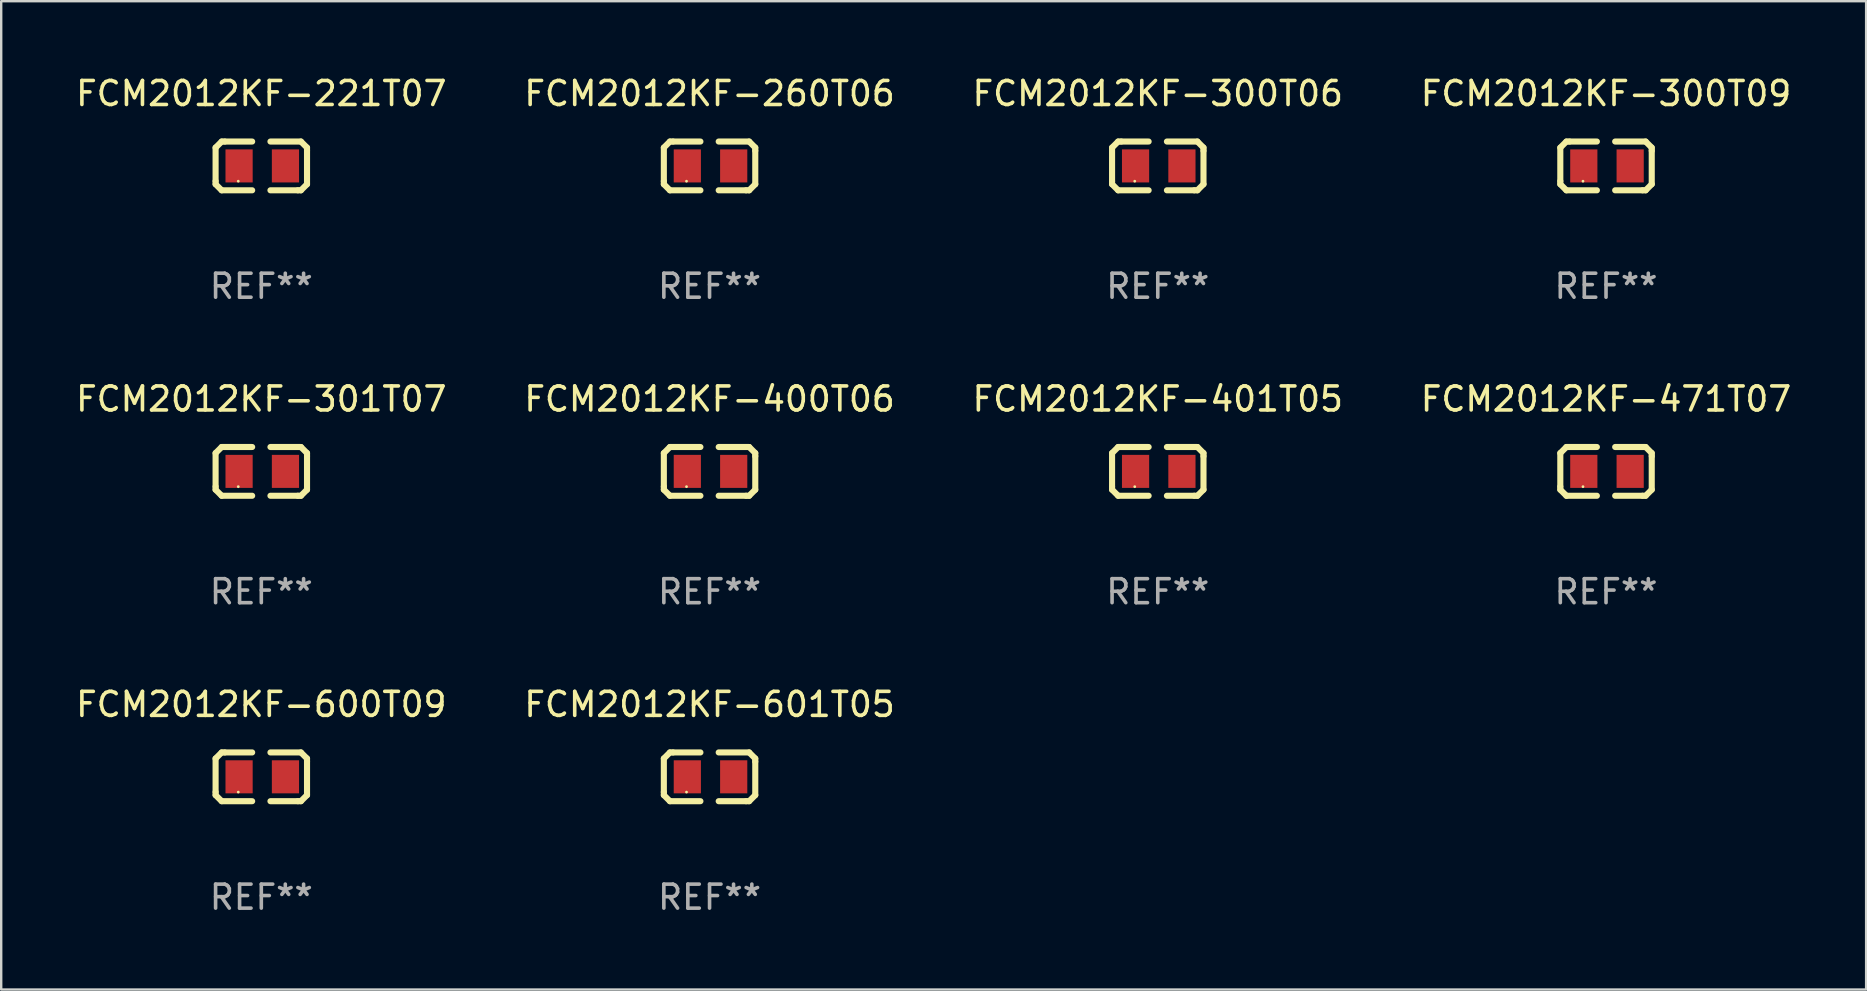
<source format=kicad_pcb>
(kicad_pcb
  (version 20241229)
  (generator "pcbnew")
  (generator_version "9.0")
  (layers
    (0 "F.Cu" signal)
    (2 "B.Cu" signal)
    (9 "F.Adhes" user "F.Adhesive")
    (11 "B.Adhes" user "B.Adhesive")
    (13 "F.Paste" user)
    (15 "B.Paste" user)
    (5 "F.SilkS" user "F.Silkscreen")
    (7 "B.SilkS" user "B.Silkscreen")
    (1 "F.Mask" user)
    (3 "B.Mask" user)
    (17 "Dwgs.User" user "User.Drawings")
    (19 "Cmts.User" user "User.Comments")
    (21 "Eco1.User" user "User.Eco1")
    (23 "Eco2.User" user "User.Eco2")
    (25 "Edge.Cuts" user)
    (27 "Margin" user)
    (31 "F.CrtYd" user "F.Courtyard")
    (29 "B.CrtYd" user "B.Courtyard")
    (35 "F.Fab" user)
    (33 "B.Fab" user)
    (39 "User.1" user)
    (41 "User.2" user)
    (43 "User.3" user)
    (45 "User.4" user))
  (footprint "FCM2012KF-400T06"
    (layer "F.Cu")
    (at 26.518 16.593)
    (property "Reference" "FCM2012KF-400T06" (at 0 -3.016 0) (layer "F.SilkS") (effects (font (size 1 1) (thickness 0.15))))
    (attr through_hole)
    (fp_line (start -1.905 -0.762) (end -1.905 0.635) (stroke (width 0.254) (type solid)) (layer "F.SilkS"))
    (fp_line (start -1.905 0.635) (end -1.905 0.762) (stroke (width 0.254) (type solid)) (layer "F.SilkS"))
    (fp_line (start -1.905 0.762) (end -1.651 1.016) (stroke (width 0.254) (type solid)) (layer "F.SilkS"))
    (fp_line (start -1.651 -1.016) (end -1.905 -0.762) (stroke (width 0.254) (type solid)) (layer "F.SilkS"))
    (fp_line (start -1.651 1.016) (end -0.381 1.016) (stroke (width 0.254) (type solid)) (layer "F.SilkS"))
    (fp_line (start -1.524 -1.016) (end -1.651 -1.016) (stroke (width 0.254) (type solid)) (layer "F.SilkS"))
    (fp_line (start -0.381 -1.016) (end -1.524 -1.016) (stroke (width 0.254) (type solid)) (layer "F.SilkS"))
    (fp_line (start 0.381 1.016) (end 1.524 1.016) (stroke (width 0.254) (type solid)) (layer "F.SilkS"))
    (fp_line (start 1.524 1.016) (end 1.651 1.016) (stroke (width 0.254) (type solid)) (layer "F.SilkS"))
    (fp_line (start 1.651 -1.016) (end 0.381 -1.016) (stroke (width 0.254) (type solid)) (layer "F.SilkS"))
    (fp_line (start 1.651 1.016) (end 1.905 0.762) (stroke (width 0.254) (type solid)) (layer "F.SilkS"))
    (fp_line (start 1.905 -0.762) (end 1.651 -1.016) (stroke (width 0.254) (type solid)) (layer "F.SilkS"))
    (fp_line (start 1.905 -0.635) (end 1.905 -0.762) (stroke (width 0.254) (type solid)) (layer "F.SilkS"))
    (fp_line (start 1.905 0.762) (end 1.905 -0.635) (stroke (width 0.254) (type solid)) (layer "F.SilkS"))
    (fp_circle (center -0.96 0.637) (end -0.93 0.637) (stroke (width 0.06) (type solid)) (fill no) (layer "F.SilkS"))
    (fp_text user "REF**" (at 0 5.016 0) (layer "F.Fab") (effects (font (size 1 1) (thickness 0.15))))
    (pad "1" smd rect (at -0.926 -0.000051) (size 1.133 1.377) (layers "F.Cu" "F.Mask" "F.Paste"))
    (pad "2" smd rect (at 1.006 -0.000051) (size 1.133 1.377) (layers "F.Cu" "F.Mask" "F.Paste")))
  (footprint "FCM2012KF-471T07"
    (layer "F.Cu")
    (at 63.875 16.593)
    (property "Reference" "FCM2012KF-471T07" (at 0 -3.016 0) (layer "F.SilkS") (effects (font (size 1 1) (thickness 0.15))))
    (attr through_hole)
    (fp_line (start -1.905 -0.762) (end -1.905 0.635) (stroke (width 0.254) (type solid)) (layer "F.SilkS"))
    (fp_line (start -1.905 0.635) (end -1.905 0.762) (stroke (width 0.254) (type solid)) (layer "F.SilkS"))
    (fp_line (start -1.905 0.762) (end -1.651 1.016) (stroke (width 0.254) (type solid)) (layer "F.SilkS"))
    (fp_line (start -1.651 -1.016) (end -1.905 -0.762) (stroke (width 0.254) (type solid)) (layer "F.SilkS"))
    (fp_line (start -1.651 1.016) (end -0.381 1.016) (stroke (width 0.254) (type solid)) (layer "F.SilkS"))
    (fp_line (start -1.524 -1.016) (end -1.651 -1.016) (stroke (width 0.254) (type solid)) (layer "F.SilkS"))
    (fp_line (start -0.381 -1.016) (end -1.524 -1.016) (stroke (width 0.254) (type solid)) (layer "F.SilkS"))
    (fp_line (start 0.381 1.016) (end 1.524 1.016) (stroke (width 0.254) (type solid)) (layer "F.SilkS"))
    (fp_line (start 1.524 1.016) (end 1.651 1.016) (stroke (width 0.254) (type solid)) (layer "F.SilkS"))
    (fp_line (start 1.651 -1.016) (end 0.381 -1.016) (stroke (width 0.254) (type solid)) (layer "F.SilkS"))
    (fp_line (start 1.651 1.016) (end 1.905 0.762) (stroke (width 0.254) (type solid)) (layer "F.SilkS"))
    (fp_line (start 1.905 -0.762) (end 1.651 -1.016) (stroke (width 0.254) (type solid)) (layer "F.SilkS"))
    (fp_line (start 1.905 -0.635) (end 1.905 -0.762) (stroke (width 0.254) (type solid)) (layer "F.SilkS"))
    (fp_line (start 1.905 0.762) (end 1.905 -0.635) (stroke (width 0.254) (type solid)) (layer "F.SilkS"))
    (fp_circle (center -0.96 0.637) (end -0.93 0.637) (stroke (width 0.06) (type solid)) (fill no) (layer "F.SilkS"))
    (fp_text user "REF**" (at 0 5.016 0) (layer "F.Fab") (effects (font (size 1 1) (thickness 0.15))))
    (pad "1" smd rect (at -0.926 -0.000051) (size 1.133 1.377) (layers "F.Cu" "F.Mask" "F.Paste"))
    (pad "2" smd rect (at 1.006 -0.000051) (size 1.133 1.377) (layers "F.Cu" "F.Mask" "F.Paste")))
  (footprint "FCM2012KF-601T05"
    (layer "F.Cu")
    (at 26.518 29.321)
    (property "Reference" "FCM2012KF-601T05" (at 0 -3.016 0) (layer "F.SilkS") (effects (font (size 1 1) (thickness 0.15))))
    (attr through_hole)
    (fp_line (start -1.905 -0.762) (end -1.905 0.635) (stroke (width 0.254) (type solid)) (layer "F.SilkS"))
    (fp_line (start -1.905 0.635) (end -1.905 0.762) (stroke (width 0.254) (type solid)) (layer "F.SilkS"))
    (fp_line (start -1.905 0.762) (end -1.651 1.016) (stroke (width 0.254) (type solid)) (layer "F.SilkS"))
    (fp_line (start -1.651 -1.016) (end -1.905 -0.762) (stroke (width 0.254) (type solid)) (layer "F.SilkS"))
    (fp_line (start -1.651 1.016) (end -0.381 1.016) (stroke (width 0.254) (type solid)) (layer "F.SilkS"))
    (fp_line (start -1.524 -1.016) (end -1.651 -1.016) (stroke (width 0.254) (type solid)) (layer "F.SilkS"))
    (fp_line (start -0.381 -1.016) (end -1.524 -1.016) (stroke (width 0.254) (type solid)) (layer "F.SilkS"))
    (fp_line (start 0.381 1.016) (end 1.524 1.016) (stroke (width 0.254) (type solid)) (layer "F.SilkS"))
    (fp_line (start 1.524 1.016) (end 1.651 1.016) (stroke (width 0.254) (type solid)) (layer "F.SilkS"))
    (fp_line (start 1.651 -1.016) (end 0.381 -1.016) (stroke (width 0.254) (type solid)) (layer "F.SilkS"))
    (fp_line (start 1.651 1.016) (end 1.905 0.762) (stroke (width 0.254) (type solid)) (layer "F.SilkS"))
    (fp_line (start 1.905 -0.762) (end 1.651 -1.016) (stroke (width 0.254) (type solid)) (layer "F.SilkS"))
    (fp_line (start 1.905 -0.635) (end 1.905 -0.762) (stroke (width 0.254) (type solid)) (layer "F.SilkS"))
    (fp_line (start 1.905 0.762) (end 1.905 -0.635) (stroke (width 0.254) (type solid)) (layer "F.SilkS"))
    (fp_circle (center -0.96 0.637) (end -0.93 0.637) (stroke (width 0.06) (type solid)) (fill no) (layer "F.SilkS"))
    (fp_text user "REF**" (at 0 5.016 0) (layer "F.Fab") (effects (font (size 1 1) (thickness 0.15))))
    (pad "1" smd rect (at -0.926 -0.000051) (size 1.133 1.377) (layers "F.Cu" "F.Mask" "F.Paste"))
    (pad "2" smd rect (at 1.006 -0.000051) (size 1.133 1.377) (layers "F.Cu" "F.Mask" "F.Paste")))
  (footprint "FCM2012KF-221T07"
    (layer "F.Cu")
    (at 7.839 3.864)
    (property "Reference" "FCM2012KF-221T07" (at 0 -3.016 0) (layer "F.SilkS") (effects (font (size 1 1) (thickness 0.15))))
    (attr through_hole)
    (fp_line (start -1.905 -0.762) (end -1.905 0.635) (stroke (width 0.254) (type solid)) (layer "F.SilkS"))
    (fp_line (start -1.905 0.635) (end -1.905 0.762) (stroke (width 0.254) (type solid)) (layer "F.SilkS"))
    (fp_line (start -1.905 0.762) (end -1.651 1.016) (stroke (width 0.254) (type solid)) (layer "F.SilkS"))
    (fp_line (start -1.651 -1.016) (end -1.905 -0.762) (stroke (width 0.254) (type solid)) (layer "F.SilkS"))
    (fp_line (start -1.651 1.016) (end -0.381 1.016) (stroke (width 0.254) (type solid)) (layer "F.SilkS"))
    (fp_line (start -1.524 -1.016) (end -1.651 -1.016) (stroke (width 0.254) (type solid)) (layer "F.SilkS"))
    (fp_line (start -0.381 -1.016) (end -1.524 -1.016) (stroke (width 0.254) (type solid)) (layer "F.SilkS"))
    (fp_line (start 0.381 1.016) (end 1.524 1.016) (stroke (width 0.254) (type solid)) (layer "F.SilkS"))
    (fp_line (start 1.524 1.016) (end 1.651 1.016) (stroke (width 0.254) (type solid)) (layer "F.SilkS"))
    (fp_line (start 1.651 -1.016) (end 0.381 -1.016) (stroke (width 0.254) (type solid)) (layer "F.SilkS"))
    (fp_line (start 1.651 1.016) (end 1.905 0.762) (stroke (width 0.254) (type solid)) (layer "F.SilkS"))
    (fp_line (start 1.905 -0.762) (end 1.651 -1.016) (stroke (width 0.254) (type solid)) (layer "F.SilkS"))
    (fp_line (start 1.905 -0.635) (end 1.905 -0.762) (stroke (width 0.254) (type solid)) (layer "F.SilkS"))
    (fp_line (start 1.905 0.762) (end 1.905 -0.635) (stroke (width 0.254) (type solid)) (layer "F.SilkS"))
    (fp_circle (center -0.96 0.637) (end -0.93 0.637) (stroke (width 0.06) (type solid)) (fill no) (layer "F.SilkS"))
    (fp_text user "REF**" (at 0 5.016 0) (layer "F.Fab") (effects (font (size 1 1) (thickness 0.15))))
    (pad "1" smd rect (at -0.926 -0.000051) (size 1.133 1.377) (layers "F.Cu" "F.Mask" "F.Paste"))
    (pad "2" smd rect (at 1.006 -0.000051) (size 1.133 1.377) (layers "F.Cu" "F.Mask" "F.Paste")))
  (footprint "FCM2012KF-300T06"
    (layer "F.Cu")
    (at 45.196 3.864)
    (property "Reference" "FCM2012KF-300T06" (at 0 -3.016 0) (layer "F.SilkS") (effects (font (size 1 1) (thickness 0.15))))
    (attr through_hole)
    (fp_line (start -1.905 -0.762) (end -1.905 0.635) (stroke (width 0.254) (type solid)) (layer "F.SilkS"))
    (fp_line (start -1.905 0.635) (end -1.905 0.762) (stroke (width 0.254) (type solid)) (layer "F.SilkS"))
    (fp_line (start -1.905 0.762) (end -1.651 1.016) (stroke (width 0.254) (type solid)) (layer "F.SilkS"))
    (fp_line (start -1.651 -1.016) (end -1.905 -0.762) (stroke (width 0.254) (type solid)) (layer "F.SilkS"))
    (fp_line (start -1.651 1.016) (end -0.381 1.016) (stroke (width 0.254) (type solid)) (layer "F.SilkS"))
    (fp_line (start -1.524 -1.016) (end -1.651 -1.016) (stroke (width 0.254) (type solid)) (layer "F.SilkS"))
    (fp_line (start -0.381 -1.016) (end -1.524 -1.016) (stroke (width 0.254) (type solid)) (layer "F.SilkS"))
    (fp_line (start 0.381 1.016) (end 1.524 1.016) (stroke (width 0.254) (type solid)) (layer "F.SilkS"))
    (fp_line (start 1.524 1.016) (end 1.651 1.016) (stroke (width 0.254) (type solid)) (layer "F.SilkS"))
    (fp_line (start 1.651 -1.016) (end 0.381 -1.016) (stroke (width 0.254) (type solid)) (layer "F.SilkS"))
    (fp_line (start 1.651 1.016) (end 1.905 0.762) (stroke (width 0.254) (type solid)) (layer "F.SilkS"))
    (fp_line (start 1.905 -0.762) (end 1.651 -1.016) (stroke (width 0.254) (type solid)) (layer "F.SilkS"))
    (fp_line (start 1.905 -0.635) (end 1.905 -0.762) (stroke (width 0.254) (type solid)) (layer "F.SilkS"))
    (fp_line (start 1.905 0.762) (end 1.905 -0.635) (stroke (width 0.254) (type solid)) (layer "F.SilkS"))
    (fp_circle (center -0.96 0.637) (end -0.93 0.637) (stroke (width 0.06) (type solid)) (fill no) (layer "F.SilkS"))
    (fp_text user "REF**" (at 0 5.016 0) (layer "F.Fab") (effects (font (size 1 1) (thickness 0.15))))
    (pad "1" smd rect (at -0.926 -0.000051) (size 1.133 1.377) (layers "F.Cu" "F.Mask" "F.Paste"))
    (pad "2" smd rect (at 1.006 -0.000051) (size 1.133 1.377) (layers "F.Cu" "F.Mask" "F.Paste")))
  (footprint "FCM2012KF-301T07"
    (layer "F.Cu")
    (at 7.839 16.593)
    (property "Reference" "FCM2012KF-301T07" (at 0 -3.016 0) (layer "F.SilkS") (effects (font (size 1 1) (thickness 0.15))))
    (attr through_hole)
    (fp_line (start -1.905 -0.762) (end -1.905 0.635) (stroke (width 0.254) (type solid)) (layer "F.SilkS"))
    (fp_line (start -1.905 0.635) (end -1.905 0.762) (stroke (width 0.254) (type solid)) (layer "F.SilkS"))
    (fp_line (start -1.905 0.762) (end -1.651 1.016) (stroke (width 0.254) (type solid)) (layer "F.SilkS"))
    (fp_line (start -1.651 -1.016) (end -1.905 -0.762) (stroke (width 0.254) (type solid)) (layer "F.SilkS"))
    (fp_line (start -1.651 1.016) (end -0.381 1.016) (stroke (width 0.254) (type solid)) (layer "F.SilkS"))
    (fp_line (start -1.524 -1.016) (end -1.651 -1.016) (stroke (width 0.254) (type solid)) (layer "F.SilkS"))
    (fp_line (start -0.381 -1.016) (end -1.524 -1.016) (stroke (width 0.254) (type solid)) (layer "F.SilkS"))
    (fp_line (start 0.381 1.016) (end 1.524 1.016) (stroke (width 0.254) (type solid)) (layer "F.SilkS"))
    (fp_line (start 1.524 1.016) (end 1.651 1.016) (stroke (width 0.254) (type solid)) (layer "F.SilkS"))
    (fp_line (start 1.651 -1.016) (end 0.381 -1.016) (stroke (width 0.254) (type solid)) (layer "F.SilkS"))
    (fp_line (start 1.651 1.016) (end 1.905 0.762) (stroke (width 0.254) (type solid)) (layer "F.SilkS"))
    (fp_line (start 1.905 -0.762) (end 1.651 -1.016) (stroke (width 0.254) (type solid)) (layer "F.SilkS"))
    (fp_line (start 1.905 -0.635) (end 1.905 -0.762) (stroke (width 0.254) (type solid)) (layer "F.SilkS"))
    (fp_line (start 1.905 0.762) (end 1.905 -0.635) (stroke (width 0.254) (type solid)) (layer "F.SilkS"))
    (fp_circle (center -0.96 0.637) (end -0.93 0.637) (stroke (width 0.06) (type solid)) (fill no) (layer "F.SilkS"))
    (fp_text user "REF**" (at 0 5.016 0) (layer "F.Fab") (effects (font (size 1 1) (thickness 0.15))))
    (pad "1" smd rect (at -0.926 -0.000051) (size 1.133 1.377) (layers "F.Cu" "F.Mask" "F.Paste"))
    (pad "2" smd rect (at 1.006 -0.000051) (size 1.133 1.377) (layers "F.Cu" "F.Mask" "F.Paste")))
  (footprint "FCM2012KF-260T06"
    (layer "F.Cu")
    (at 26.518 3.864)
    (property "Reference" "FCM2012KF-260T06" (at 0 -3.016 0) (layer "F.SilkS") (effects (font (size 1 1) (thickness 0.15))))
    (attr through_hole)
    (fp_line (start -1.905 -0.762) (end -1.905 0.635) (stroke (width 0.254) (type solid)) (layer "F.SilkS"))
    (fp_line (start -1.905 0.635) (end -1.905 0.762) (stroke (width 0.254) (type solid)) (layer "F.SilkS"))
    (fp_line (start -1.905 0.762) (end -1.651 1.016) (stroke (width 0.254) (type solid)) (layer "F.SilkS"))
    (fp_line (start -1.651 -1.016) (end -1.905 -0.762) (stroke (width 0.254) (type solid)) (layer "F.SilkS"))
    (fp_line (start -1.651 1.016) (end -0.381 1.016) (stroke (width 0.254) (type solid)) (layer "F.SilkS"))
    (fp_line (start -1.524 -1.016) (end -1.651 -1.016) (stroke (width 0.254) (type solid)) (layer "F.SilkS"))
    (fp_line (start -0.381 -1.016) (end -1.524 -1.016) (stroke (width 0.254) (type solid)) (layer "F.SilkS"))
    (fp_line (start 0.381 1.016) (end 1.524 1.016) (stroke (width 0.254) (type solid)) (layer "F.SilkS"))
    (fp_line (start 1.524 1.016) (end 1.651 1.016) (stroke (width 0.254) (type solid)) (layer "F.SilkS"))
    (fp_line (start 1.651 -1.016) (end 0.381 -1.016) (stroke (width 0.254) (type solid)) (layer "F.SilkS"))
    (fp_line (start 1.651 1.016) (end 1.905 0.762) (stroke (width 0.254) (type solid)) (layer "F.SilkS"))
    (fp_line (start 1.905 -0.762) (end 1.651 -1.016) (stroke (width 0.254) (type solid)) (layer "F.SilkS"))
    (fp_line (start 1.905 -0.635) (end 1.905 -0.762) (stroke (width 0.254) (type solid)) (layer "F.SilkS"))
    (fp_line (start 1.905 0.762) (end 1.905 -0.635) (stroke (width 0.254) (type solid)) (layer "F.SilkS"))
    (fp_circle (center -0.96 0.637) (end -0.93 0.637) (stroke (width 0.06) (type solid)) (fill no) (layer "F.SilkS"))
    (fp_text user "REF**" (at 0 5.016 0) (layer "F.Fab") (effects (font (size 1 1) (thickness 0.15))))
    (pad "1" smd rect (at -0.926 -0.000051) (size 1.133 1.377) (layers "F.Cu" "F.Mask" "F.Paste"))
    (pad "2" smd rect (at 1.006 -0.000051) (size 1.133 1.377) (layers "F.Cu" "F.Mask" "F.Paste")))
  (footprint "FCM2012KF-401T05"
    (layer "F.Cu")
    (at 45.196 16.593)
    (property "Reference" "FCM2012KF-401T05" (at 0 -3.016 0) (layer "F.SilkS") (effects (font (size 1 1) (thickness 0.15))))
    (attr through_hole)
    (fp_line (start -1.905 -0.762) (end -1.905 0.635) (stroke (width 0.254) (type solid)) (layer "F.SilkS"))
    (fp_line (start -1.905 0.635) (end -1.905 0.762) (stroke (width 0.254) (type solid)) (layer "F.SilkS"))
    (fp_line (start -1.905 0.762) (end -1.651 1.016) (stroke (width 0.254) (type solid)) (layer "F.SilkS"))
    (fp_line (start -1.651 -1.016) (end -1.905 -0.762) (stroke (width 0.254) (type solid)) (layer "F.SilkS"))
    (fp_line (start -1.651 1.016) (end -0.381 1.016) (stroke (width 0.254) (type solid)) (layer "F.SilkS"))
    (fp_line (start -1.524 -1.016) (end -1.651 -1.016) (stroke (width 0.254) (type solid)) (layer "F.SilkS"))
    (fp_line (start -0.381 -1.016) (end -1.524 -1.016) (stroke (width 0.254) (type solid)) (layer "F.SilkS"))
    (fp_line (start 0.381 1.016) (end 1.524 1.016) (stroke (width 0.254) (type solid)) (layer "F.SilkS"))
    (fp_line (start 1.524 1.016) (end 1.651 1.016) (stroke (width 0.254) (type solid)) (layer "F.SilkS"))
    (fp_line (start 1.651 -1.016) (end 0.381 -1.016) (stroke (width 0.254) (type solid)) (layer "F.SilkS"))
    (fp_line (start 1.651 1.016) (end 1.905 0.762) (stroke (width 0.254) (type solid)) (layer "F.SilkS"))
    (fp_line (start 1.905 -0.762) (end 1.651 -1.016) (stroke (width 0.254) (type solid)) (layer "F.SilkS"))
    (fp_line (start 1.905 -0.635) (end 1.905 -0.762) (stroke (width 0.254) (type solid)) (layer "F.SilkS"))
    (fp_line (start 1.905 0.762) (end 1.905 -0.635) (stroke (width 0.254) (type solid)) (layer "F.SilkS"))
    (fp_circle (center -0.96 0.637) (end -0.93 0.637) (stroke (width 0.06) (type solid)) (fill no) (layer "F.SilkS"))
    (fp_text user "REF**" (at 0 5.016 0) (layer "F.Fab") (effects (font (size 1 1) (thickness 0.15))))
    (pad "1" smd rect (at -0.926 -0.000051) (size 1.133 1.377) (layers "F.Cu" "F.Mask" "F.Paste"))
    (pad "2" smd rect (at 1.006 -0.000051) (size 1.133 1.377) (layers "F.Cu" "F.Mask" "F.Paste")))
  (footprint "FCM2012KF-600T09"
    (layer "F.Cu")
    (at 7.839 29.321)
    (property "Reference" "FCM2012KF-600T09" (at 0 -3.016 0) (layer "F.SilkS") (effects (font (size 1 1) (thickness 0.15))))
    (attr through_hole)
    (fp_line (start -1.905 -0.762) (end -1.905 0.635) (stroke (width 0.254) (type solid)) (layer "F.SilkS"))
    (fp_line (start -1.905 0.635) (end -1.905 0.762) (stroke (width 0.254) (type solid)) (layer "F.SilkS"))
    (fp_line (start -1.905 0.762) (end -1.651 1.016) (stroke (width 0.254) (type solid)) (layer "F.SilkS"))
    (fp_line (start -1.651 -1.016) (end -1.905 -0.762) (stroke (width 0.254) (type solid)) (layer "F.SilkS"))
    (fp_line (start -1.651 1.016) (end -0.381 1.016) (stroke (width 0.254) (type solid)) (layer "F.SilkS"))
    (fp_line (start -1.524 -1.016) (end -1.651 -1.016) (stroke (width 0.254) (type solid)) (layer "F.SilkS"))
    (fp_line (start -0.381 -1.016) (end -1.524 -1.016) (stroke (width 0.254) (type solid)) (layer "F.SilkS"))
    (fp_line (start 0.381 1.016) (end 1.524 1.016) (stroke (width 0.254) (type solid)) (layer "F.SilkS"))
    (fp_line (start 1.524 1.016) (end 1.651 1.016) (stroke (width 0.254) (type solid)) (layer "F.SilkS"))
    (fp_line (start 1.651 -1.016) (end 0.381 -1.016) (stroke (width 0.254) (type solid)) (layer "F.SilkS"))
    (fp_line (start 1.651 1.016) (end 1.905 0.762) (stroke (width 0.254) (type solid)) (layer "F.SilkS"))
    (fp_line (start 1.905 -0.762) (end 1.651 -1.016) (stroke (width 0.254) (type solid)) (layer "F.SilkS"))
    (fp_line (start 1.905 -0.635) (end 1.905 -0.762) (stroke (width 0.254) (type solid)) (layer "F.SilkS"))
    (fp_line (start 1.905 0.762) (end 1.905 -0.635) (stroke (width 0.254) (type solid)) (layer "F.SilkS"))
    (fp_circle (center -0.96 0.637) (end -0.93 0.637) (stroke (width 0.06) (type solid)) (fill no) (layer "F.SilkS"))
    (fp_text user "REF**" (at 0 5.016 0) (layer "F.Fab") (effects (font (size 1 1) (thickness 0.15))))
    (pad "1" smd rect (at -0.926 -0.000051) (size 1.133 1.377) (layers "F.Cu" "F.Mask" "F.Paste"))
    (pad "2" smd rect (at 1.006 -0.000051) (size 1.133 1.377) (layers "F.Cu" "F.Mask" "F.Paste")))
  (footprint "FCM2012KF-300T09"
    (layer "F.Cu")
    (at 63.875 3.864)
    (property "Reference" "FCM2012KF-300T09" (at 0 -3.016 0) (layer "F.SilkS") (effects (font (size 1 1) (thickness 0.15))))
    (attr through_hole)
    (fp_line (start -1.905 -0.762) (end -1.905 0.635) (stroke (width 0.254) (type solid)) (layer "F.SilkS"))
    (fp_line (start -1.905 0.635) (end -1.905 0.762) (stroke (width 0.254) (type solid)) (layer "F.SilkS"))
    (fp_line (start -1.905 0.762) (end -1.651 1.016) (stroke (width 0.254) (type solid)) (layer "F.SilkS"))
    (fp_line (start -1.651 -1.016) (end -1.905 -0.762) (stroke (width 0.254) (type solid)) (layer "F.SilkS"))
    (fp_line (start -1.651 1.016) (end -0.381 1.016) (stroke (width 0.254) (type solid)) (layer "F.SilkS"))
    (fp_line (start -1.524 -1.016) (end -1.651 -1.016) (stroke (width 0.254) (type solid)) (layer "F.SilkS"))
    (fp_line (start -0.381 -1.016) (end -1.524 -1.016) (stroke (width 0.254) (type solid)) (layer "F.SilkS"))
    (fp_line (start 0.381 1.016) (end 1.524 1.016) (stroke (width 0.254) (type solid)) (layer "F.SilkS"))
    (fp_line (start 1.524 1.016) (end 1.651 1.016) (stroke (width 0.254) (type solid)) (layer "F.SilkS"))
    (fp_line (start 1.651 -1.016) (end 0.381 -1.016) (stroke (width 0.254) (type solid)) (layer "F.SilkS"))
    (fp_line (start 1.651 1.016) (end 1.905 0.762) (stroke (width 0.254) (type solid)) (layer "F.SilkS"))
    (fp_line (start 1.905 -0.762) (end 1.651 -1.016) (stroke (width 0.254) (type solid)) (layer "F.SilkS"))
    (fp_line (start 1.905 -0.635) (end 1.905 -0.762) (stroke (width 0.254) (type solid)) (layer "F.SilkS"))
    (fp_line (start 1.905 0.762) (end 1.905 -0.635) (stroke (width 0.254) (type solid)) (layer "F.SilkS"))
    (fp_circle (center -0.96 0.637) (end -0.93 0.637) (stroke (width 0.06) (type solid)) (fill no) (layer "F.SilkS"))
    (fp_text user "REF**" (at 0 5.016 0) (layer "F.Fab") (effects (font (size 1 1) (thickness 0.15))))
    (pad "1" smd rect (at -0.926 -0.000051) (size 1.133 1.377) (layers "F.Cu" "F.Mask" "F.Paste"))
    (pad "2" smd rect (at 1.006 -0.000051) (size 1.133 1.377) (layers "F.Cu" "F.Mask" "F.Paste")))
  (gr_rect
    (start -3 -3)
    (end 74.714 38.186)
    (stroke (width 0.1) (type default))
    (fill no)
    (layer "Edge.Cuts")))
</source>
